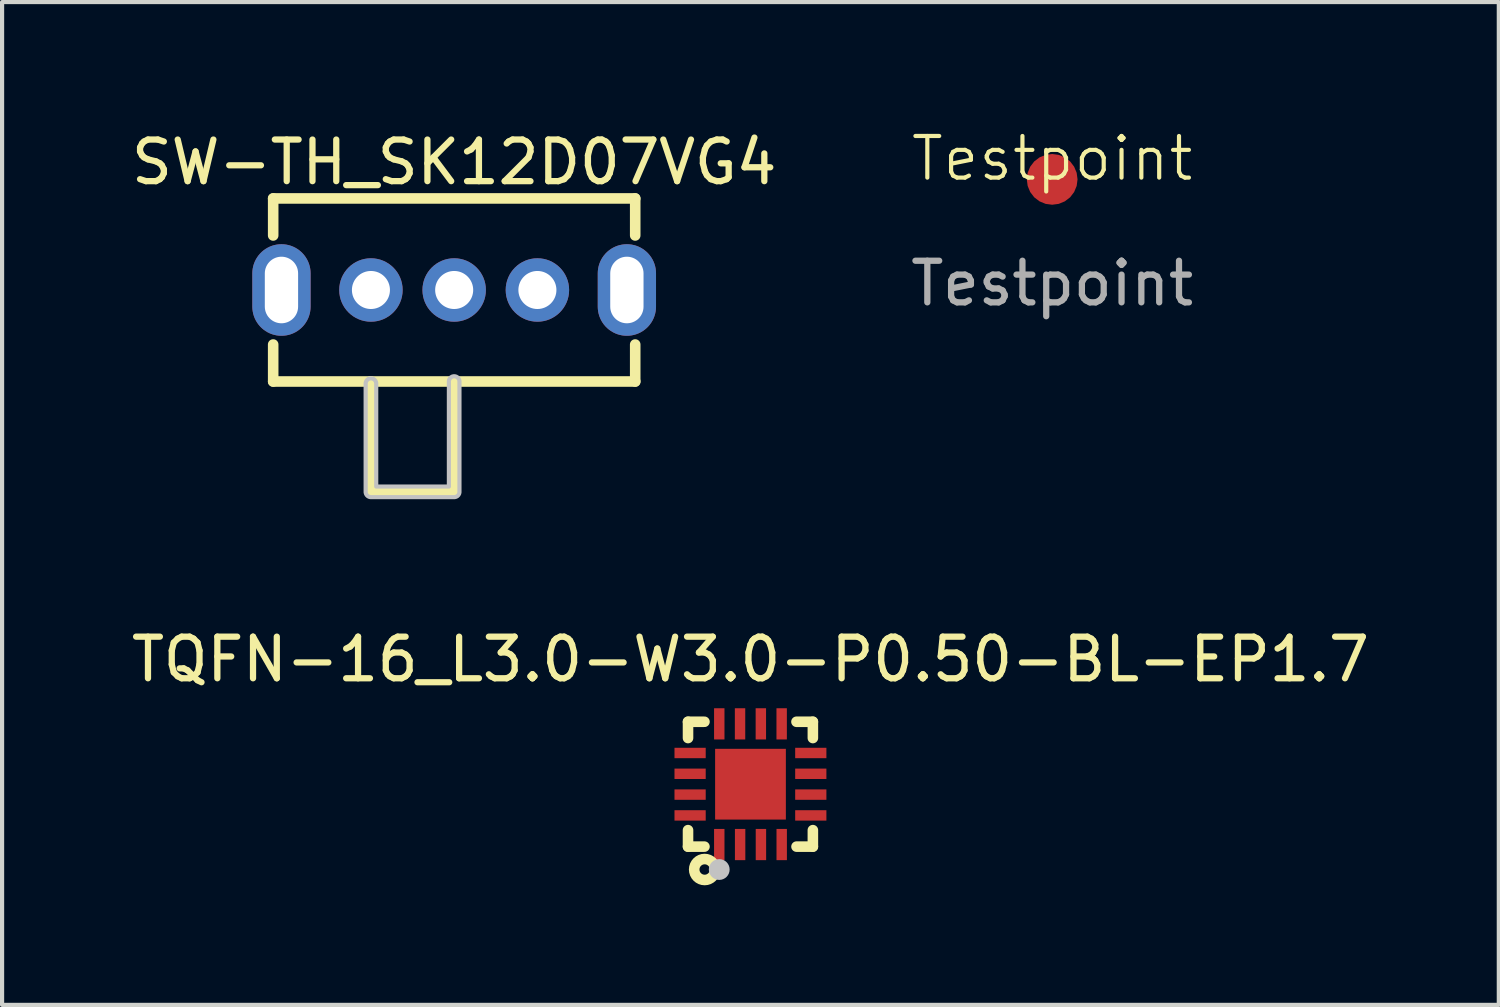
<source format=kicad_pcb>
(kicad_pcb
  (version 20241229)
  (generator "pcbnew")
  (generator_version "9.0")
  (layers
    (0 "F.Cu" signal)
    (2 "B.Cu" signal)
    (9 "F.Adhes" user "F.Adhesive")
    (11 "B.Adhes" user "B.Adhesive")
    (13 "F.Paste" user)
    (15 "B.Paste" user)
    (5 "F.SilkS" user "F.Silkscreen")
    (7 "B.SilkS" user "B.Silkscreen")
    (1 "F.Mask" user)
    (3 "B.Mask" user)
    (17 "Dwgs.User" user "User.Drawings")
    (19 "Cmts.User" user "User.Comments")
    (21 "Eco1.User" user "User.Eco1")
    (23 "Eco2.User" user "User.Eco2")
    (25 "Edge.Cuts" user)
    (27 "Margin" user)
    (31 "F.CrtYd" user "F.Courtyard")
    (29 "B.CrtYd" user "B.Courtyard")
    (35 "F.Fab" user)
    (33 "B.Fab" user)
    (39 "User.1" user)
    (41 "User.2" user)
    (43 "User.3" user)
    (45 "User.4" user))
  (footprint "Testpoint"
    (layer "F.Cu")
    (at 22.232 1.26)
    (property "Reference" "Testpoint" (at 0 -0.5 0) (unlocked yes) (layer "F.SilkS") (effects (font (size 1 1) (thickness 0.1))))
    (attr smd)
    (fp_text user "${REFERENCE}" (at 0 2.5 0) (unlocked yes) (layer "F.Fab") (effects (font (size 1 1) (thickness 0.15))))
    (pad "1" smd roundrect (at 0 0) (size 1.219 1.219) (layers "F.Cu" "F.Mask" "F.Paste") (roundrect_rratio 0.5)))
  (footprint "TQFN-16_L3.0-W3.0-P0.50-BL-EP1.7"
    (layer "F.Cu")
    (at 14.982 15.793)
    (property "Reference" "TQFN-16_L3.0-W3.0-P0.50-BL-EP1.7" (at 0 -3 0) (layer "F.SilkS") (effects (font (size 1 1) (thickness 0.15))))
    (fp_line (start -1.5 -1.5) (end -1.5 -1.109) (stroke (width 0.254) (type default)) (layer "F.SilkS"))
    (fp_line (start -1.5 -1.5) (end -1.105 -1.5) (stroke (width 0.254) (type default)) (layer "F.SilkS"))
    (fp_line (start -1.5 1.104) (end -1.5 1.5) (stroke (width 0.254) (type default)) (layer "F.SilkS"))
    (fp_line (start -1.5 1.5) (end -1.105 1.5) (stroke (width 0.254) (type default)) (layer "F.SilkS"))
    (fp_line (start 1.106 -1.5) (end 1.5 -1.5) (stroke (width 0.254) (type default)) (layer "F.SilkS"))
    (fp_line (start 1.107 1.5) (end 1.5 1.5) (stroke (width 0.254) (type default)) (layer "F.SilkS"))
    (fp_line (start 1.5 -1.109) (end 1.5 -1.5) (stroke (width 0.254) (type default)) (layer "F.SilkS"))
    (fp_line (start 1.5 1.5) (end 1.5 1.104) (stroke (width 0.254) (type default)) (layer "F.SilkS"))
    (fp_circle (center -1.1 2.05) (end -0.975 2.05) (stroke (width 0.254) (type default)) (fill no) (layer "F.SilkS"))
    (fp_poly (pts (xy -1.075 -0.625) (xy -1.075 -0.875) (xy -1.825 -0.875) (xy -1.825 -0.625)) (stroke (width 0) (type default)) (fill yes) (layer "F.Paste"))
    (fp_poly (pts (xy -1.075 -0.125) (xy -1.075 -0.375) (xy -1.825 -0.375) (xy -1.825 -0.125)) (stroke (width 0) (type default)) (fill yes) (layer "F.Paste"))
    (fp_poly (pts (xy -1.075 0.375) (xy -1.075 0.125) (xy -1.825 0.125) (xy -1.825 0.375)) (stroke (width 0) (type default)) (fill yes) (layer "F.Paste"))
    (fp_poly (pts (xy -1.075 0.875) (xy -1.075 0.625) (xy -1.825 0.625) (xy -1.825 0.875)) (stroke (width 0) (type default)) (fill yes) (layer "F.Paste"))
    (fp_poly (pts (xy -0.679 -0.68) (xy 0.68 -0.68) (xy 0.68 0.68) (xy -0.679 0.68)) (stroke (width 0) (type default)) (fill yes) (layer "F.Paste"))
    (fp_poly (pts (xy -0.624 -1.825) (xy -0.874 -1.825) (xy -0.874 -1.075) (xy -0.624 -1.075)) (stroke (width 0) (type default)) (fill yes) (layer "F.Paste"))
    (fp_poly (pts (xy -0.624 1.075) (xy -0.874 1.075) (xy -0.874 1.825) (xy -0.624 1.825)) (stroke (width 0) (type default)) (fill yes) (layer "F.Paste"))
    (fp_poly (pts (xy -0.124 -1.825) (xy -0.374 -1.825) (xy -0.374 -1.075) (xy -0.124 -1.075)) (stroke (width 0) (type default)) (fill yes) (layer "F.Paste"))
    (fp_poly (pts (xy -0.123 1.075) (xy -0.373 1.075) (xy -0.373 1.825) (xy -0.123 1.825)) (stroke (width 0) (type default)) (fill yes) (layer "F.Paste"))
    (fp_poly (pts (xy 0.376 -1.825) (xy 0.126 -1.825) (xy 0.126 -1.075) (xy 0.376 -1.075)) (stroke (width 0) (type default)) (fill yes) (layer "F.Paste"))
    (fp_poly (pts (xy 0.377 1.075) (xy 0.127 1.075) (xy 0.127 1.825) (xy 0.377 1.825)) (stroke (width 0) (type default)) (fill yes) (layer "F.Paste"))
    (fp_poly (pts (xy 0.875 -1.825) (xy 0.625 -1.825) (xy 0.625 -1.075) (xy 0.875 -1.075)) (stroke (width 0) (type default)) (fill yes) (layer "F.Paste"))
    (fp_poly (pts (xy 0.876 1.075) (xy 0.626 1.075) (xy 0.626 1.825) (xy 0.876 1.825)) (stroke (width 0) (type default)) (fill yes) (layer "F.Paste"))
    (fp_poly (pts (xy 1.825 -0.625) (xy 1.825 -0.875) (xy 1.075 -0.875) (xy 1.075 -0.625)) (stroke (width 0) (type default)) (fill yes) (layer "F.Paste"))
    (fp_poly (pts (xy 1.825 -0.125) (xy 1.825 -0.375) (xy 1.075 -0.375) (xy 1.075 -0.125)) (stroke (width 0) (type default)) (fill yes) (layer "F.Paste"))
    (fp_poly (pts (xy 1.825 0.375) (xy 1.825 0.125) (xy 1.075 0.125) (xy 1.075 0.375)) (stroke (width 0) (type default)) (fill yes) (layer "F.Paste"))
    (fp_poly (pts (xy 1.825 0.875) (xy 1.825 0.625) (xy 1.075 0.625) (xy 1.075 0.875)) (stroke (width 0) (type default)) (fill yes) (layer "F.Paste"))
    (fp_circle (center -0.75 2.05) (end -0.625 2.05) (stroke (width 0.25) (type default)) (fill no) (layer "Dwgs.User"))
    (fp_poly (pts (xy -1.1 -0.875) (xy -1.1 -0.625) (xy -1.5 -0.625) (xy -1.5 -0.875)) (stroke (width 0.1) (type default)) (fill no) (layer "User.1"))
    (fp_poly (pts (xy -1.1 -0.375) (xy -1.1 -0.125) (xy -1.5 -0.125) (xy -1.5 -0.375)) (stroke (width 0.1) (type default)) (fill no) (layer "User.1"))
    (fp_poly (pts (xy -1.1 0.125) (xy -1.1 0.375) (xy -1.5 0.375) (xy -1.5 0.125)) (stroke (width 0.1) (type default)) (fill no) (layer "User.1"))
    (fp_poly (pts (xy -1.1 0.625) (xy -1.1 0.875) (xy -1.5 0.875) (xy -1.5 0.625)) (stroke (width 0.1) (type default)) (fill no) (layer "User.1"))
    (fp_poly (pts (xy -0.874 -1.5) (xy -0.624 -1.5) (xy -0.624 -1.1) (xy -0.874 -1.1)) (stroke (width 0.1) (type default)) (fill no) (layer "User.1"))
    (fp_poly (pts (xy -0.85 -0.85) (xy 0.851 -0.85) (xy 0.851 0.85) (xy -0.85 0.85)) (stroke (width 0.1) (type default)) (fill no) (layer "User.1"))
    (fp_poly (pts (xy -0.624 1.5) (xy -0.874 1.5) (xy -0.874 1.1) (xy -0.624 1.1)) (stroke (width 0.1) (type default)) (fill no) (layer "User.1"))
    (fp_poly (pts (xy -0.374 -1.5) (xy -0.124 -1.5) (xy -0.124 -1.1) (xy -0.374 -1.1)) (stroke (width 0.1) (type default)) (fill no) (layer "User.1"))
    (fp_poly (pts (xy -0.123 1.5) (xy -0.373 1.5) (xy -0.373 1.1) (xy -0.123 1.1)) (stroke (width 0.1) (type default)) (fill no) (layer "User.1"))
    (fp_poly (pts (xy 0.125 -1.5) (xy 0.375 -1.5) (xy 0.375 -1.1) (xy 0.125 -1.1)) (stroke (width 0.1) (type default)) (fill no) (layer "User.1"))
    (fp_poly (pts (xy 0.377 1.5) (xy 0.127 1.5) (xy 0.127 1.1) (xy 0.377 1.1)) (stroke (width 0.1) (type default)) (fill no) (layer "User.1"))
    (fp_poly (pts (xy 0.625 -1.5) (xy 0.875 -1.5) (xy 0.875 -1.1) (xy 0.625 -1.1)) (stroke (width 0.1) (type default)) (fill no) (layer "User.1"))
    (fp_poly (pts (xy 0.876 1.5) (xy 0.626 1.5) (xy 0.626 1.1) (xy 0.876 1.1)) (stroke (width 0.1) (type default)) (fill no) (layer "User.1"))
    (fp_poly (pts (xy 1.1 -0.625) (xy 1.1 -0.875) (xy 1.5 -0.875) (xy 1.5 -0.625)) (stroke (width 0.1) (type default)) (fill no) (layer "User.1"))
    (fp_poly (pts (xy 1.1 -0.125) (xy 1.1 -0.375) (xy 1.5 -0.375) (xy 1.5 -0.125)) (stroke (width 0.1) (type default)) (fill no) (layer "User.1"))
    (fp_poly (pts (xy 1.1 0.375) (xy 1.1 0.125) (xy 1.5 0.125) (xy 1.5 0.375)) (stroke (width 0.1) (type default)) (fill no) (layer "User.1"))
    (fp_poly (pts (xy 1.1 0.875) (xy 1.1 0.625) (xy 1.5 0.625) (xy 1.5 0.875)) (stroke (width 0.1) (type default)) (fill no) (layer "User.1"))
    (fp_line (start -1.5 -1.5) (end 1.5 -1.5) (stroke (width 0.051) (type default)) (layer "User.2"))
    (fp_line (start -1.5 1.5) (end -1.5 -1.5) (stroke (width 0.051) (type default)) (layer "User.2"))
    (fp_line (start 1.5 -1.5) (end 1.5 1.5) (stroke (width 0.051) (type default)) (layer "User.2"))
    (fp_line (start 1.5 1.5) (end -1.5 1.5) (stroke (width 0.051) (type default)) (layer "User.2"))
    (fp_poly (pts (xy -1.44 1.5) (xy -1.458 1.458) (xy -1.5 1.44) (xy -1.542 1.458) (xy -1.56 1.5) (xy -1.542 1.542) (xy -1.5 1.56) (xy -1.458 1.542)) (stroke (width 0.1) (type default)) (fill no) (layer "User.3"))
    (pad "1" smd rect (at -0.749 1.45) (size 0.25 0.75) (layers "F.Cu" "F.Mask" "F.Paste"))
    (pad "2" smd rect (at -0.248 1.45) (size 0.25 0.75) (layers "F.Cu" "F.Mask" "F.Paste"))
    (pad "3" smd rect (at 0.252 1.45) (size 0.25 0.75) (layers "F.Cu" "F.Mask" "F.Paste"))
    (pad "4" smd rect (at 0.751 1.45) (size 0.25 0.75) (layers "F.Cu" "F.Mask" "F.Paste"))
    (pad "5" smd rect (at 1.45 0.75) (size 0.75 0.25) (layers "F.Cu" "F.Mask" "F.Paste"))
    (pad "6" smd rect (at 1.45 0.25) (size 0.75 0.25) (layers "F.Cu" "F.Mask" "F.Paste"))
    (pad "7" smd rect (at 1.45 -0.25) (size 0.75 0.25) (layers "F.Cu" "F.Mask" "F.Paste"))
    (pad "8" smd rect (at 1.45 -0.75) (size 0.75 0.25) (layers "F.Cu" "F.Mask" "F.Paste"))
    (pad "9" smd rect (at 0.75 -1.45) (size 0.25 0.75) (layers "F.Cu" "F.Mask" "F.Paste"))
    (pad "10" smd rect (at 0.25 -1.45) (size 0.25 0.75) (layers "F.Cu" "F.Mask" "F.Paste"))
    (pad "11" smd rect (at -0.25 -1.45) (size 0.25 0.75) (layers "F.Cu" "F.Mask" "F.Paste"))
    (pad "12" smd rect (at -0.749 -1.45) (size 0.25 0.75) (layers "F.Cu" "F.Mask" "F.Paste"))
    (pad "13" smd rect (at -1.45 -0.75) (size 0.75 0.25) (layers "F.Cu" "F.Mask" "F.Paste"))
    (pad "14" smd rect (at -1.45 -0.25) (size 0.75 0.25) (layers "F.Cu" "F.Mask" "F.Paste"))
    (pad "15" smd rect (at -1.45 0.25) (size 0.75 0.25) (layers "F.Cu" "F.Mask" "F.Paste"))
    (pad "16" smd rect (at -1.45 0.75) (size 0.75 0.25) (layers "F.Cu" "F.Mask" "F.Paste"))
    (pad "17" smd rect (at 0.001 0) (size 1.7 1.7) (layers "F.Cu" "F.Mask" "F.Paste")))
  (footprint "SW-TH_SK12D07VG4"
    (layer "F.Cu")
    (at 7.863 3.918)
    (property "Reference" "SW-TH_SK12D07VG4" (at 0 -3.07 0) (layer "F.SilkS") (effects (font (size 1 1) (thickness 0.15))))
    (fp_line (start -4.35 -2.2) (end 4.35 -2.2) (stroke (width 0.254) (type default)) (layer "F.SilkS"))
    (fp_line (start -4.349 -1.31) (end -4.349 -2.2) (stroke (width 0.254) (type default)) (layer "F.SilkS"))
    (fp_line (start -4.349 2.199) (end -4.349 1.31) (stroke (width 0.254) (type default)) (layer "F.SilkS"))
    (fp_line (start -2.006 2.199) (end -2.006 4.85) (stroke (width 0.254) (type default)) (layer "F.SilkS"))
    (fp_line (start -2.006 4.85) (end 0 4.85) (stroke (width 0.254) (type default)) (layer "F.SilkS"))
    (fp_line (start 0 4.85) (end 0 2.199) (stroke (width 0.254) (type default)) (layer "F.SilkS"))
    (fp_line (start 4.35 -2.2) (end 4.35 -1.31) (stroke (width 0.254) (type default)) (layer "F.SilkS"))
    (fp_line (start 4.35 1.31) (end 4.35 2.199) (stroke (width 0.254) (type default)) (layer "F.SilkS"))
    (fp_line (start 4.351 2.199) (end -4.349 2.199) (stroke (width 0.254) (type default)) (layer "F.SilkS"))
    (fp_poly (pts (arc (start 0.127 4.85) (mid 0.089803 4.939803) (end 0 4.977)) (arc (start -2 4.977) (mid -2.089803 4.939803) (end -2.127 4.85)) (arc (start -2.127 2.25) (mid -2.089803 2.160197) (end -2 2.123)) (arc (start -2 2.123) (mid -1.910197 2.160197) (end -1.873 2.25)) (xy -1.873 4.723) (xy -0.127 4.723) (arc (start -0.127 2.2) (mid -0.089803 2.110197) (end 0 2.073)) (arc (start 0 2.073) (mid 0.089803 2.110197) (end 0.127 2.2))) (stroke (width 0.1) (type default)) (fill no) (layer "Dwgs.User"))
    (fp_poly (pts (xy -4.47 0.4) (xy -4.47 -0.4) (xy -3.83 -0.4) (xy -3.83 0.4)) (stroke (width 0.1) (type default)) (fill no) (layer "User.1"))
    (fp_poly (pts (xy -2.25 -0.125) (xy -1.75 -0.125) (xy -1.75 0.125) (xy -2.25 0.125)) (stroke (width 0.1) (type default)) (fill no) (layer "User.1"))
    (fp_poly (pts (xy -0.25 -0.125) (xy 0.25 -0.125) (xy 0.25 0.125) (xy -0.25 0.125)) (stroke (width 0.1) (type default)) (fill no) (layer "User.1"))
    (fp_poly (pts (xy 1.75 -0.125) (xy 2.25 -0.125) (xy 2.25 0.125) (xy 1.75 0.125)) (stroke (width 0.1) (type default)) (fill no) (layer "User.1"))
    (fp_poly (pts (xy 3.83 0.4) (xy 3.83 -0.4) (xy 4.47 -0.4) (xy 4.47 0.4)) (stroke (width 0.1) (type default)) (fill no) (layer "User.1"))
    (fp_line (start -4.35 -2.2) (end 4.35 -2.2) (stroke (width 0.051) (type default)) (layer "User.2"))
    (fp_line (start -4.35 2.2) (end -4.35 -2.2) (stroke (width 0.051) (type default)) (layer "User.2"))
    (fp_line (start 4.35 -2.2) (end 4.35 2.2) (stroke (width 0.051) (type default)) (layer "User.2"))
    (fp_line (start 4.35 2.2) (end -4.35 2.2) (stroke (width 0.051) (type default)) (layer "User.2"))
    (fp_poly (pts (xy -4.41 2.2) (xy -4.428 2.158) (xy -4.47 2.14) (xy -4.512 2.158) (xy -4.53 2.2) (xy -4.512 2.242) (xy -4.47 2.26) (xy -4.428 2.242)) (stroke (width 0.1) (type default)) (fill no) (layer "User.3"))
    (pad "1" thru_hole circle (at -2 0) (size 1.524 1.524) (drill 0.914) (layers "*.Cu" "*.Mask"))
    (pad "2" thru_hole circle (at 0 0) (size 1.524 1.524) (drill 0.914) (layers "*.Cu" "*.Mask"))
    (pad "3" thru_hole circle (at 2 0) (size 1.524 1.524) (drill 0.914) (layers "*.Cu" "*.Mask"))
    (pad "4" thru_hole oval (at 4.15 0) (size 1.4 2.2) (drill oval 0.8 1.6) (layers "*.Cu" "*.Mask"))
    (pad "5" thru_hole oval (at -4.15 0) (size 1.4 2.2) (drill oval 0.8 1.6) (layers "*.Cu" "*.Mask")))
  (gr_rect
    (start -3 -3)
    (end 32.964 21.096)
    (stroke (width 0.1) (type default))
    (fill no)
    (layer "Edge.Cuts")))
</source>
